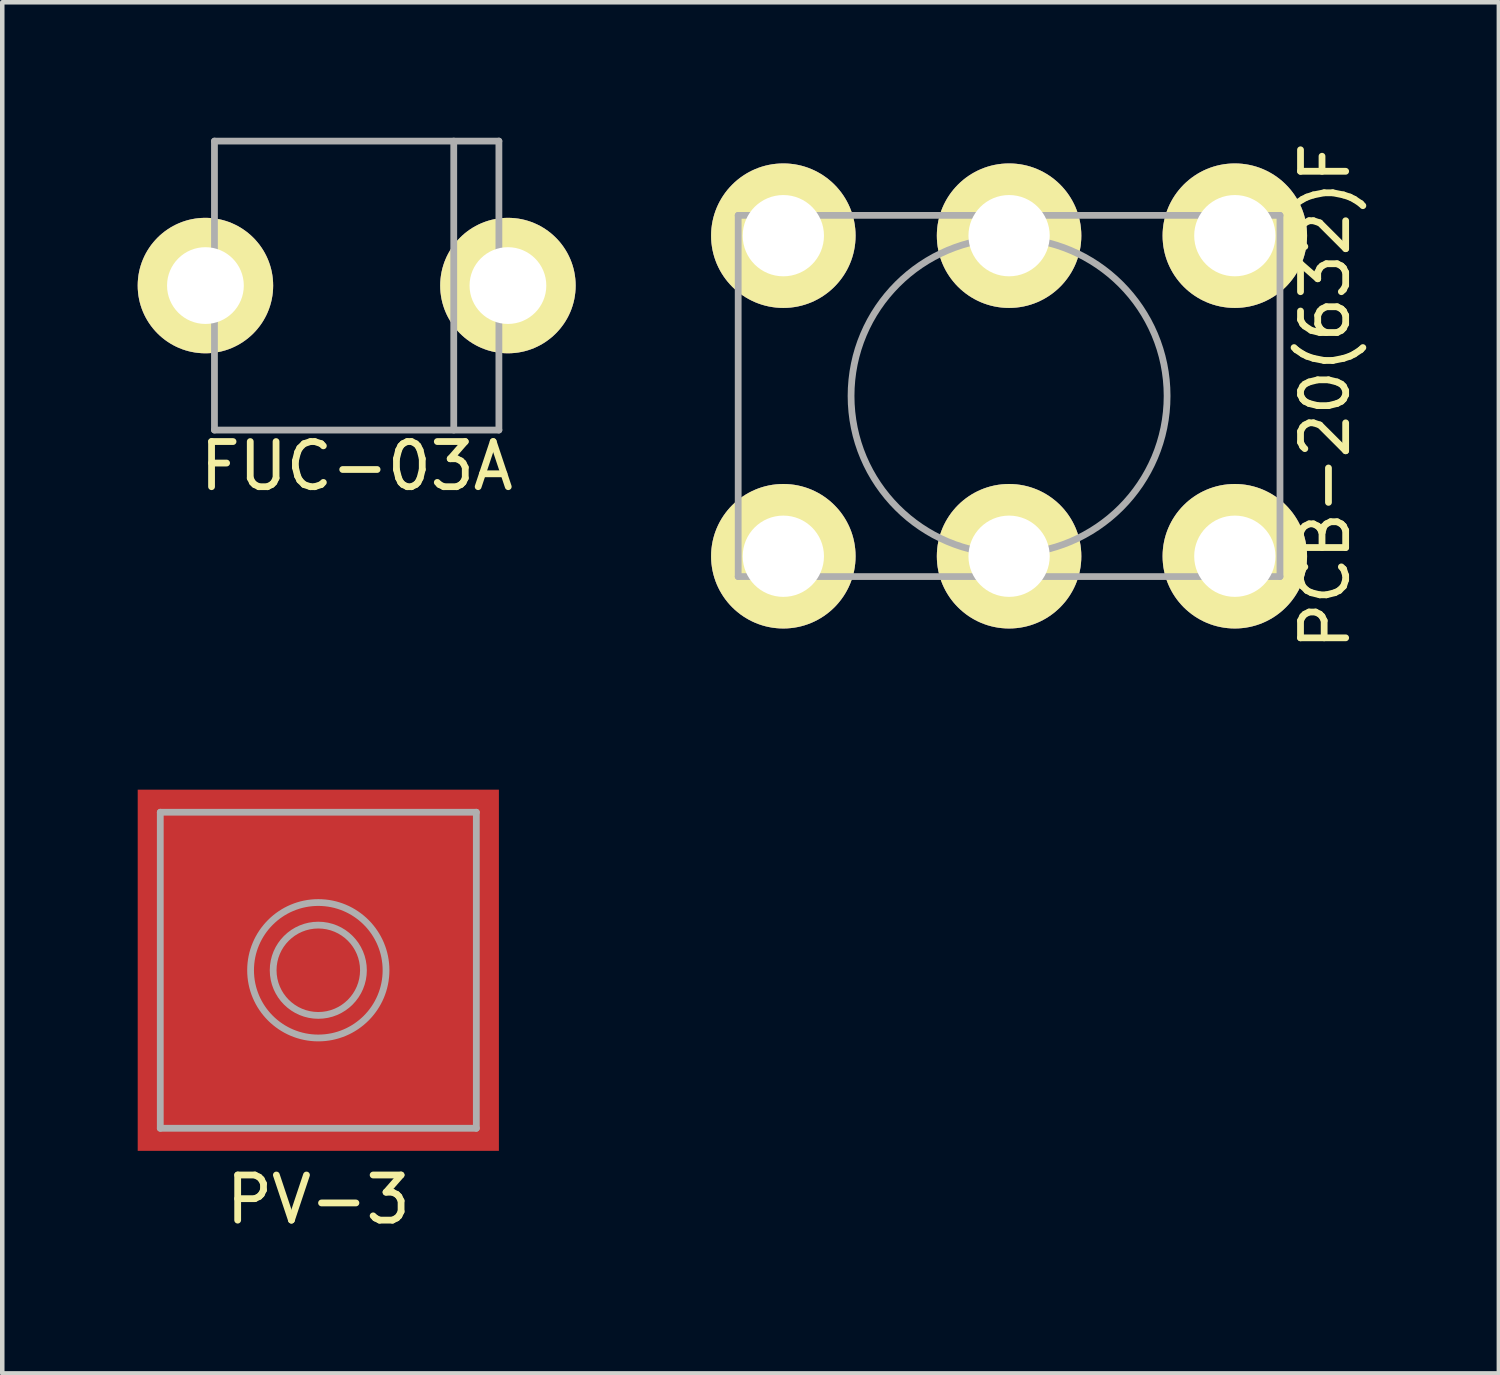
<source format=kicad_pcb>
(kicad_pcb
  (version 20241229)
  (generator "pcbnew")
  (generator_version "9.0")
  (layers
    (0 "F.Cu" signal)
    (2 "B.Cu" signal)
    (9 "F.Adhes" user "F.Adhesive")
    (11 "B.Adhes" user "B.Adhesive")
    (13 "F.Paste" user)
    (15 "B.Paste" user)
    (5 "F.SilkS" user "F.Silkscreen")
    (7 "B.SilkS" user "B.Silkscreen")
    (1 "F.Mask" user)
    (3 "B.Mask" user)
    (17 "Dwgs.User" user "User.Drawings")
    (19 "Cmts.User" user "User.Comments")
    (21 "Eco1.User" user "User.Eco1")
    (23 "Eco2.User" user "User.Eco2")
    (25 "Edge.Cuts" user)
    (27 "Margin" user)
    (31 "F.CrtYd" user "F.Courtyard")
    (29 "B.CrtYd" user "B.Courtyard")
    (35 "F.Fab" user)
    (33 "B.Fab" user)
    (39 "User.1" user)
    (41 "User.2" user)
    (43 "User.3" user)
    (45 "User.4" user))
  (footprint "PCB-20(632)F"
    (layer "F.Cu")
    (at 19.3 5.72)
    (property "Reference" "PCB-20(632)F" (at 7 0 90) (layer "F.SilkS") (effects (font (size 1 1) (thickness 0.15))))
    (attr through_hole)
    (fp_line (start -6 -4) (end -6 4) (stroke (width 0.15) (type solid)) (layer "F.Fab"))
    (fp_line (start -6 4) (end 6 4) (stroke (width 0.15) (type solid)) (layer "F.Fab"))
    (fp_line (start 6 -4) (end -6 -4) (stroke (width 0.15) (type solid)) (layer "F.Fab"))
    (fp_line (start 6 4) (end 6 -4) (stroke (width 0.15) (type solid)) (layer "F.Fab"))
    (fp_circle (center 0 0) (end 3.5 0) (stroke (width 0.15) (type solid)) (fill no) (layer "F.Fab"))
    (pad "1" thru_hole circle (at -5 -3.55) (size 3.2 3.2) (drill 1.8) (layers "*.Cu" "*.Mask" "F.SilkS"))
    (pad "1" thru_hole circle (at -5 3.55) (size 3.2 3.2) (drill 1.8) (layers "*.Cu" "*.Mask" "F.SilkS"))
    (pad "1" thru_hole circle (at 0 -3.55) (size 3.2 3.2) (drill 1.8) (layers "*.Cu" "*.Mask" "F.SilkS"))
    (pad "1" thru_hole circle (at 0 3.55) (size 3.2 3.2) (drill 1.8) (layers "*.Cu" "*.Mask" "F.SilkS"))
    (pad "1" thru_hole circle (at 5 -3.55) (size 3.2 3.2) (drill 1.8) (layers "*.Cu" "*.Mask" "F.SilkS"))
    (pad "1" thru_hole circle (at 5 3.55) (size 3.2 3.2) (drill 1.8) (layers "*.Cu" "*.Mask" "F.SilkS")))
  (footprint "PV-3"
    (layer "F.Cu")
    (at 4 18.44)
    (property "Reference" "PV-3" (at 0 5.08 0) (layer "F.SilkS") (effects (font (size 1 1) (thickness 0.15))))
    (attr through_hole)
    (fp_line (start -3.5 -3.5) (end -3.5 3.5) (stroke (width 0.15) (type solid)) (layer "F.Fab"))
    (fp_line (start -3.5 3.5) (end 3.5 3.5) (stroke (width 0.15) (type solid)) (layer "F.Fab"))
    (fp_line (start 3.5 -3.5) (end -3.5 -3.5) (stroke (width 0.15) (type solid)) (layer "F.Fab"))
    (fp_line (start 3.5 3.5) (end 3.5 -3.5) (stroke (width 0.15) (type solid)) (layer "F.Fab"))
    (fp_circle (center 0 0) (end 1 0) (stroke (width 0.15) (type solid)) (fill no) (layer "F.Fab"))
    (fp_circle (center 0 0) (end 1.5 0) (stroke (width 0.15) (type solid)) (fill no) (layer "F.Fab"))
    (pad "1" smd rect (at 0 0) (size 8 8) (layers "F.Cu" "F.Mask" "F.Paste")))
  (footprint "FUC-03A"
    (layer "F.Cu")
    (at 4.85 3.275)
    (property "Reference" "FUC-03A" (at 0 4 0) (layer "F.SilkS") (effects (font (size 1 1) (thickness 0.15))))
    (attr through_hole)
    (fp_line (start -3.15 -3.2) (end -3.15 3.2) (stroke (width 0.15) (type solid)) (layer "F.Fab"))
    (fp_line (start -3.15 3.2) (end 3.15 3.2) (stroke (width 0.15) (type solid)) (layer "F.Fab"))
    (fp_line (start 2.15 -3.2) (end 2.15 3.2) (stroke (width 0.15) (type solid)) (layer "F.Fab"))
    (fp_line (start 3.15 -3.2) (end -3.15 -3.2) (stroke (width 0.15) (type solid)) (layer "F.Fab"))
    (fp_line (start 3.15 3.2) (end 3.15 -3.2) (stroke (width 0.15) (type solid)) (layer "F.Fab"))
    (pad "1" thru_hole circle (at -3.35 0) (size 3 3) (drill 1.7) (layers "*.Cu" "*.Mask" "F.SilkS"))
    (pad "1" thru_hole circle (at 3.35 0) (size 3 3) (drill 1.7) (layers "*.Cu" "*.Mask" "F.SilkS")))
  (gr_rect
    (start -3 -3)
    (end 30.148 27.369)
    (stroke (width 0.1) (type default))
    (fill no)
    (layer "Edge.Cuts")))
</source>
